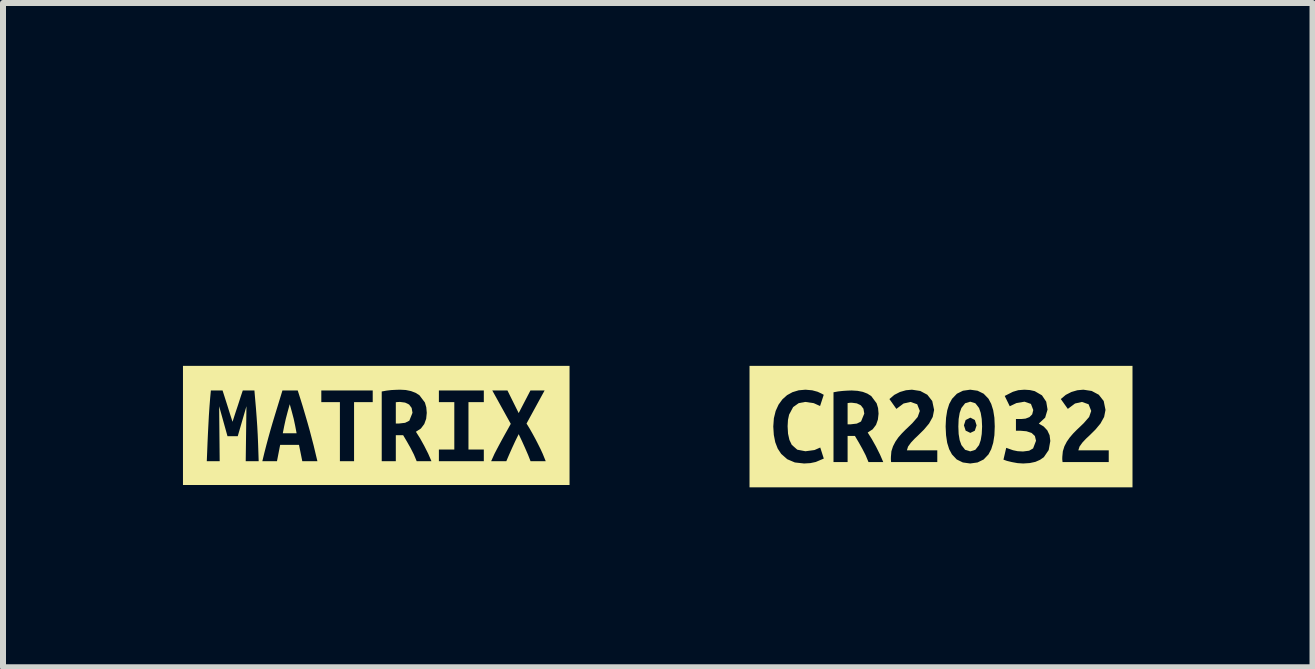
<source format=kicad_pcb>
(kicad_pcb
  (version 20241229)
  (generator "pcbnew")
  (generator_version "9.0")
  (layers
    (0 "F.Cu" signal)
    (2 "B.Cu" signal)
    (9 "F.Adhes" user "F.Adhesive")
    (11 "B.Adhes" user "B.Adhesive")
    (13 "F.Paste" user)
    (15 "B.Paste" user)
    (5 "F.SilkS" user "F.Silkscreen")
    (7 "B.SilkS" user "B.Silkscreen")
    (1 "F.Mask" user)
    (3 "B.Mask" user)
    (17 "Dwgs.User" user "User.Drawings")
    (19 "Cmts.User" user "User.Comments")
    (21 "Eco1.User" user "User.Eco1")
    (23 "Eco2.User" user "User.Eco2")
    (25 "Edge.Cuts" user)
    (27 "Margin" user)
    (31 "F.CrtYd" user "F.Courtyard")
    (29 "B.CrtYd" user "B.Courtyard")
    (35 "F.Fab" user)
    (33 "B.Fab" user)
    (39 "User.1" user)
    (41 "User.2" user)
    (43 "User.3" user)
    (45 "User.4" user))
  (footprint "kibuzzard-6457FD25"
    (layer "F.Cu")
    (at 3.222 4.042)
    (property "Reference" "kibuzzard-6457FD25" (at 0 -4.041 0) (layer "F.SilkS") (effects (font (size 0.001 0.001) (thickness 0.15))))
    (attr board_only exclude_from_pos_files exclude_from_bom)
    (fp_poly (pts (xy -1.442 -0.354) (xy -1.477 -0.228) (xy -1.508 -0.11) (xy -1.534 0.008) (xy -1.558 0.13) (xy -1.328 0.13) (xy -1.351 0.008) (xy -1.376 -0.11) (xy -1.407 -0.228) (xy -1.442 -0.354)) (stroke (width 0) (type solid)) (fill yes) (layer "F.SilkS"))
    (fp_poly (pts (xy 0.604 -0.211) (xy 0.59 -0.292) (xy 0.547 -0.349) (xy 0.481 -0.381) (xy 0.396 -0.392) (xy 0.364 -0.391) (xy 0.326 -0.387) (xy 0.326 -0.032) (xy 0.377 -0.032) (xy 0.481 -0.044) (xy 0.551 -0.079) (xy 0.604 -0.211)) (stroke (width 0) (type solid)) (fill yes) (layer "F.SilkS"))
    (fp_poly (pts (xy -2.825 -0.993) (xy -3.222 -0.993) (xy -3.222 0.993) (xy -2.825 0.993) (xy -1.96 0.993) (xy -1.96 0.596) (xy -2.176 0.596) (xy -2.164 -0.32) (xy -2.309 0.179) (xy -2.48 0.179) (xy -2.619 -0.32) (xy -2.61 0.596) (xy -2.825 0.596) (xy -2.819 0.449) (xy -2.813 0.295) (xy -2.806 0.14) (xy -2.798 -0.015) (xy -2.79 -0.167) (xy -2.78 -0.314) (xy -2.769 -0.454) (xy -2.757 -0.583) (xy -2.562 -0.583) (xy -2.529 -0.48) (xy -2.486 -0.345) (xy -2.44 -0.198) (xy -2.396 -0.061) (xy -2.349 -0.207) (xy -2.301 -0.351) (xy -2.259 -0.482) (xy -2.225 -0.583) (xy -2.031 -0.583) (xy -2.018 -0.431) (xy -2.005 -0.282) (xy -1.994 -0.136) (xy -1.984 0.009) (xy -1.976 0.153) (xy -1.97 0.298) (xy -1.965 0.446) (xy -1.96 0.596) (xy -1.96 0.993) (xy -1.233 0.993) (xy -1.233 0.596) (xy -1.288 0.324) (xy -1.602 0.324) (xy -1.655 0.596) (xy -1.899 0.596) (xy -1.866 0.459) (xy -1.832 0.327) (xy -1.798 0.2) (xy -1.764 0.078) (xy -1.73 -0.039) (xy -1.687 -0.181) (xy -1.645 -0.318) (xy -1.604 -0.452) (xy -1.564 -0.583) (xy -1.309 -0.583) (xy -1.267 -0.451) (xy -1.225 -0.316) (xy -1.184 -0.177) (xy -1.142 -0.033) (xy -1.109 0.085) (xy -1.077 0.207) (xy -1.044 0.333) (xy -1.013 0.463) (xy -0.981 0.596) (xy -1.233 0.596) (xy -1.233 0.993) (xy -0.37 0.993) (xy -0.37 0.596) (xy -0.606 0.596) (xy -0.606 -0.389) (xy -0.916 -0.389) (xy -0.916 -0.583) (xy -0.059 -0.583) (xy -0.059 -0.389) (xy -0.37 -0.389) (xy -0.37 0.596) (xy -0.37 0.993) (xy 0.92 0.993) (xy 0.92 0.596) (xy 0.674 0.596) (xy 0.627 0.484) (xy 0.572 0.376) (xy 0.512 0.27) (xy 0.448 0.162) (xy 0.326 0.162) (xy 0.326 0.596) (xy 0.091 0.596) (xy 0.091 -0.566) (xy 0.167 -0.58) (xy 0.25 -0.59) (xy 0.33 -0.594) (xy 0.396 -0.596) (xy 0.492 -0.591) (xy 0.579 -0.573) (xy 0.655 -0.544) (xy 0.72 -0.503) (xy 0.811 -0.382) (xy 0.834 -0.302) (xy 0.842 -0.21) (xy 0.832 -0.111) (xy 0.8 -0.023) (xy 0.744 0.051) (xy 0.661 0.105) (xy 0.73 0.214) (xy 0.8 0.34) (xy 0.866 0.471) (xy 0.92 0.596) (xy 0.92 0.993) (xy 1.044 0.993) (xy 1.044 0.596) (xy 1.044 0.402) (xy 1.301 0.402) (xy 1.301 -0.389) (xy 1.044 -0.389) (xy 1.044 -0.583) (xy 1.793 -0.583) (xy 1.793 -0.389) (xy 1.537 -0.389) (xy 1.537 0.402) (xy 1.793 0.402) (xy 1.793 0.596) (xy 1.044 0.596) (xy 1.044 0.993) (xy 2.572 0.993) (xy 2.572 0.596) (xy 2.532 0.494) (xy 2.483 0.381) (xy 2.43 0.263) (xy 2.374 0.145) (xy 2.318 0.259) (xy 2.263 0.378) (xy 2.212 0.493) (xy 2.168 0.596) (xy 1.915 0.596) (xy 1.971 0.472) (xy 2.01 0.397) (xy 2.053 0.316) (xy 2.099 0.231) (xy 2.147 0.144) (xy 2.196 0.057) (xy 2.242 -0.027) (xy 1.934 -0.583) (xy 2.187 -0.583) (xy 2.374 -0.206) (xy 2.57 -0.583) (xy 2.806 -0.583) (xy 2.505 -0.032) (xy 2.556 0.051) (xy 2.606 0.139) (xy 2.654 0.227) (xy 2.698 0.313) (xy 2.739 0.395) (xy 2.774 0.471) (xy 2.825 0.596) (xy 2.572 0.596) (xy 2.572 0.993) (xy 2.825 0.993) (xy 3.222 0.993) (xy 3.222 -0.993) (xy 2.825 -0.993) (xy -2.825 -0.993)) (stroke (width 0) (type solid)) (fill yes) (layer "F.SilkS")))
  (footprint "kibuzzard-6457FDB2"
    (layer "F.Cu")
    (at 12.636 4.061)
    (property "Reference" "kibuzzard-6457FDB2" (at 0 -4.06 0) (layer "F.SilkS") (effects (font (size 0.001 0.001) (thickness 0.15))))
    (attr board_only exclude_from_pos_files exclude_from_bom)
    (fp_poly (pts (xy -1.279 -0.217) (xy -1.293 -0.298) (xy -1.336 -0.354) (xy -1.403 -0.387) (xy -1.487 -0.398) (xy -1.519 -0.397) (xy -1.557 -0.392) (xy -1.557 -0.038) (xy -1.506 -0.038) (xy -1.403 -0.05) (xy -1.333 -0.085) (xy -1.279 -0.217)) (stroke (width 0) (type solid)) (fill yes) (layer "F.SilkS"))
    (fp_poly (pts (xy 0.685 -0.002) (xy 0.679 -0.126) (xy 0.662 -0.228) (xy 0.634 -0.31) (xy 0.572 -0.389) (xy 0.487 -0.415) (xy 0.402 -0.389) (xy 0.34 -0.31) (xy 0.311 -0.228) (xy 0.294 -0.126) (xy 0.289 -0.002) (xy 0.294 0.123) (xy 0.311 0.226) (xy 0.34 0.308) (xy 0.402 0.387) (xy 0.487 0.413) (xy 0.489 0.413) (xy 0.489 0.105) (xy 0.411 0.068) (xy 0.382 -0.021) (xy 0.411 -0.11) (xy 0.489 -0.149) (xy 0.564 -0.11) (xy 0.593 -0.021) (xy 0.564 0.068) (xy 0.489 0.105) (xy 0.489 0.413) (xy 0.572 0.387) (xy 0.634 0.308) (xy 0.662 0.226) (xy 0.679 0.123) (xy 0.685 -0.002)) (stroke (width 0) (type solid)) (fill yes) (layer "F.SilkS"))
    (fp_poly (pts (xy -2.796 -1.012) (xy -3.192 -1.012) (xy -3.192 1.012) (xy -2.796 1.012) (xy -2.283 1.012) (xy -2.283 0.615) (xy -2.436 0.598) (xy -2.563 0.544) (xy -2.664 0.455) (xy -2.722 0.367) (xy -2.763 0.261) (xy -2.787 0.139) (xy -2.796 0) (xy -2.786 -0.139) (xy -2.756 -0.261) (xy -2.708 -0.366) (xy -2.644 -0.454) (xy -2.566 -0.524) (xy -2.475 -0.574) (xy -2.372 -0.605) (xy -2.26 -0.615) (xy -2.147 -0.605) (xy -2.058 -0.581) (xy -1.995 -0.552) (xy -1.955 -0.53) (xy -2.016 -0.343) (xy -2.122 -0.391) (xy -2.264 -0.411) (xy -2.372 -0.391) (xy -2.465 -0.325) (xy -2.532 -0.2) (xy -2.551 -0.112) (xy -2.557 -0.006) (xy -2.55 0.118) (xy -2.527 0.222) (xy -2.488 0.304) (xy -2.396 0.385) (xy -2.26 0.411) (xy -2.109 0.391) (xy -2.013 0.349) (xy -1.954 0.533) (xy -2.088 0.59) (xy -2.179 0.609) (xy -2.283 0.615) (xy -2.283 1.012) (xy -0.963 1.012) (xy -0.963 0.591) (xy -1.209 0.591) (xy -1.256 0.478) (xy -1.311 0.371) (xy -1.371 0.264) (xy -1.435 0.156) (xy -1.557 0.156) (xy -1.557 0.591) (xy -1.792 0.591) (xy -1.792 -0.572) (xy -1.716 -0.586) (xy -1.634 -0.595) (xy -1.554 -0.6) (xy -1.487 -0.602) (xy -1.391 -0.596) (xy -1.304 -0.579) (xy -1.228 -0.55) (xy -1.163 -0.509) (xy -1.073 -0.388) (xy -1.049 -0.308) (xy -1.041 -0.215) (xy -1.052 -0.117) (xy -1.083 -0.029) (xy -1.139 0.045) (xy -1.222 0.099) (xy -1.153 0.209) (xy -1.083 0.334) (xy -1.017 0.466) (xy -0.963 0.591) (xy -0.963 1.012) (xy -0.062 1.012) (xy -0.062 0.591) (xy -0.832 0.591) (xy -0.836 0.543) (xy -0.835 0.503) (xy -0.827 0.411) (xy -0.8 0.328) (xy -0.76 0.251) (xy -0.711 0.18) (xy -0.654 0.115) (xy -0.594 0.054) (xy -0.534 -0.003) (xy -0.478 -0.057) (xy -0.389 -0.16) (xy -0.353 -0.261) (xy -0.397 -0.372) (xy -0.508 -0.411) (xy -0.624 -0.385) (xy -0.744 -0.295) (xy -0.86 -0.459) (xy -0.778 -0.529) (xy -0.684 -0.577) (xy -0.584 -0.606) (xy -0.485 -0.615) (xy -0.346 -0.594) (xy -0.228 -0.531) (xy -0.146 -0.426) (xy -0.115 -0.278) (xy -0.138 -0.161) (xy -0.199 -0.051) (xy -0.285 0.051) (xy -0.382 0.147) (xy -0.439 0.201) (xy -0.5 0.266) (xy -0.549 0.333) (xy -0.569 0.396) (xy -0.062 0.396) (xy -0.062 0.591) (xy -0.062 1.012) (xy 0.487 1.012) (xy 0.487 0.615) (xy 0.364 0.598) (xy 0.262 0.548) (xy 0.182 0.463) (xy 0.136 0.377) (xy 0.103 0.271) (xy 0.084 0.144) (xy 0.077 -0.002) (xy 0.084 -0.146) (xy 0.104 -0.271) (xy 0.137 -0.377) (xy 0.184 -0.463) (xy 0.265 -0.548) (xy 0.366 -0.598) (xy 0.487 -0.615) (xy 0.609 -0.598) (xy 0.711 -0.548) (xy 0.792 -0.464) (xy 0.837 -0.378) (xy 0.87 -0.273) (xy 0.89 -0.147) (xy 0.896 -0.002) (xy 0.89 0.144) (xy 0.87 0.271) (xy 0.837 0.377) (xy 0.792 0.463) (xy 0.711 0.548) (xy 0.609 0.598) (xy 0.487 0.615) (xy 0.487 1.012) (xy 1.369 1.012) (xy 1.369 0.615) (xy 1.276 0.609) (xy 1.183 0.592) (xy 1.1 0.572) (xy 1.041 0.551) (xy 1.087 0.354) (xy 1.2 0.394) (xy 1.277 0.41) (xy 1.367 0.415) (xy 1.469 0.402) (xy 1.535 0.364) (xy 1.584 0.236) (xy 1.565 0.157) (xy 1.51 0.106) (xy 1.425 0.078) (xy 1.321 0.069) (xy 1.249 0.069) (xy 1.249 -0.126) (xy 1.336 -0.126) (xy 1.409 -0.133) (xy 1.474 -0.158) (xy 1.52 -0.204) (xy 1.538 -0.276) (xy 1.499 -0.378) (xy 1.392 -0.415) (xy 1.259 -0.393) (xy 1.146 -0.339) (xy 1.062 -0.511) (xy 1.198 -0.58) (xy 1.288 -0.607) (xy 1.39 -0.615) (xy 1.482 -0.609) (xy 1.562 -0.591) (xy 1.683 -0.521) (xy 1.754 -0.415) (xy 1.776 -0.284) (xy 1.736 -0.149) (xy 1.63 -0.05) (xy 1.711 -0.002) (xy 1.772 0.063) (xy 1.81 0.144) (xy 1.822 0.24) (xy 1.795 0.391) (xy 1.714 0.51) (xy 1.651 0.554) (xy 1.573 0.588) (xy 1.479 0.608) (xy 1.369 0.615) (xy 1.369 1.012) (xy 2.796 1.012) (xy 2.796 0.591) (xy 2.026 0.591) (xy 2.021 0.543) (xy 2.022 0.503) (xy 2.031 0.411) (xy 2.057 0.328) (xy 2.097 0.251) (xy 2.147 0.18) (xy 2.203 0.115) (xy 2.263 0.054) (xy 2.323 -0.003) (xy 2.379 -0.057) (xy 2.469 -0.16) (xy 2.504 -0.261) (xy 2.46 -0.372) (xy 2.35 -0.411) (xy 2.234 -0.385) (xy 2.114 -0.295) (xy 1.997 -0.459) (xy 2.08 -0.529) (xy 2.174 -0.577) (xy 2.273 -0.606) (xy 2.373 -0.615) (xy 2.512 -0.594) (xy 2.63 -0.531) (xy 2.712 -0.426) (xy 2.742 -0.278) (xy 2.719 -0.161) (xy 2.658 -0.051) (xy 2.573 0.051) (xy 2.476 0.147) (xy 2.418 0.201) (xy 2.357 0.266) (xy 2.309 0.333) (xy 2.289 0.396) (xy 2.796 0.396) (xy 2.796 0.591) (xy 2.796 1.012) (xy 3.192 1.012) (xy 3.192 -1.012) (xy 2.796 -1.012) (xy -2.796 -1.012) (xy -2.796 -1.012)) (stroke (width 0) (type solid)) (fill yes) (layer "F.SilkS")))
  (gr_rect
    (start -3 -3)
    (end 18.829 8.073)
    (stroke (width 0.1) (type default))
    (fill no)
    (layer "Edge.Cuts")))
</source>
